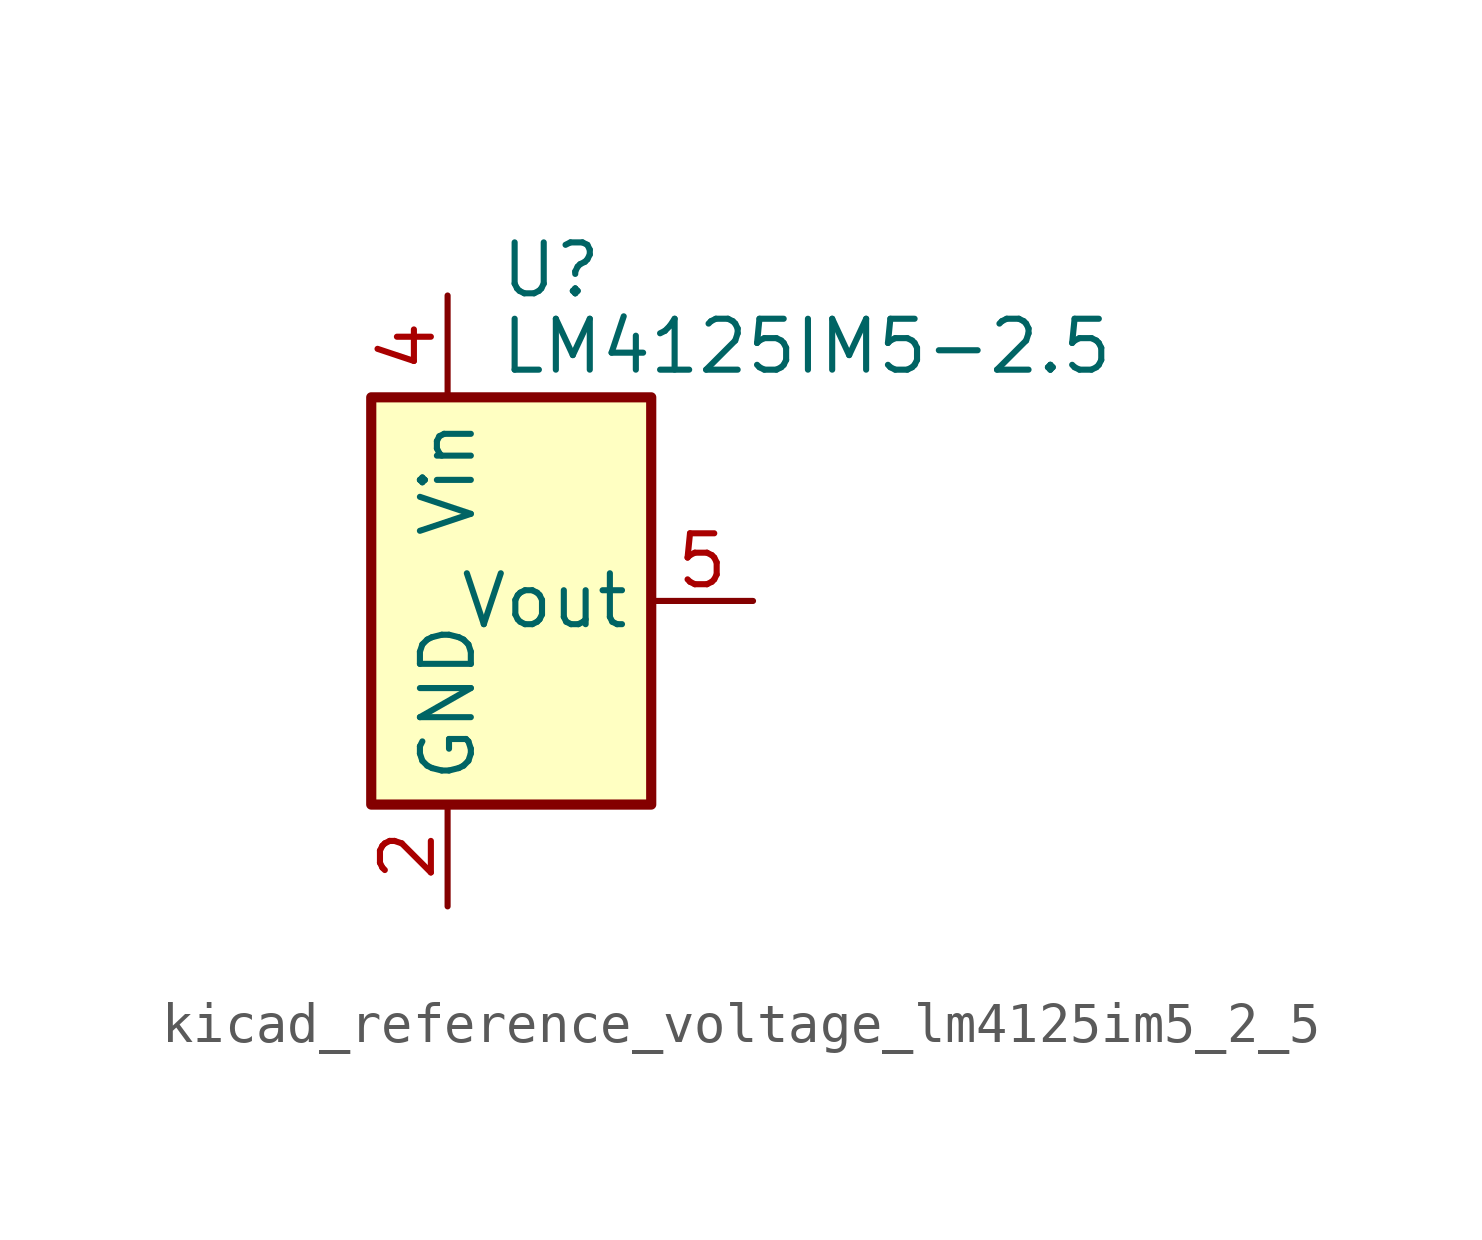
<source format=kicad_sym>
(kicad_symbol_lib
  (version 20220914)
  (generator kicad_symbol_editor)
  (symbol "kicad_reference_voltage_lm4125im5_2_5"
    (property "Reference" "U"
      (at 1.27 8.255 0)
      (effects (font (size 1.27 1.27)) (justify left)))
    (property "Value" "LM4125IM5-2.5"
      (at 1.27 6.35 0)
      (effects (font (size 1.27 1.27)) (justify left)))
    (symbol "kicad_reference_voltage_lm4125im5_2_5_0_1"
      (rectangle (start -1.905 5.08) (end 5.08 -5.08) (stroke (width 0.254) (type default)) (fill (type background))))
    (symbol "kicad_reference_voltage_lm4125im5_2_5_1_1"
      (pin no_connect line (at 2.54 -5.08 90) (length 2.54) hide (name "NC" (effects (font (size 1.27 1.27)))) (number "1" (effects (font (size 1.27 1.27)))))
      (pin power_in line (at 0 -7.62 90) (length 2.54) (name "GND" (effects (font (size 1.27 1.27)))) (number "2" (effects (font (size 1.27 1.27)))))
      (pin no_connect line (at 5.08 -5.08 90) (length 2.54) hide (name "NC" (effects (font (size 1.27 1.27)))) (number "3" (effects (font (size 1.27 1.27)))))
      (pin power_in line (at 0 7.62 270) (length 2.54) (name "Vin" (effects (font (size 1.27 1.27)))) (number "4" (effects (font (size 1.27 1.27)))))
      (pin power_out line (at 7.62 0 180) (length 2.54) (name "Vout" (effects (font (size 1.27 1.27)))) (number "5" (effects (font (size 1.27 1.27))))))))
</source>
